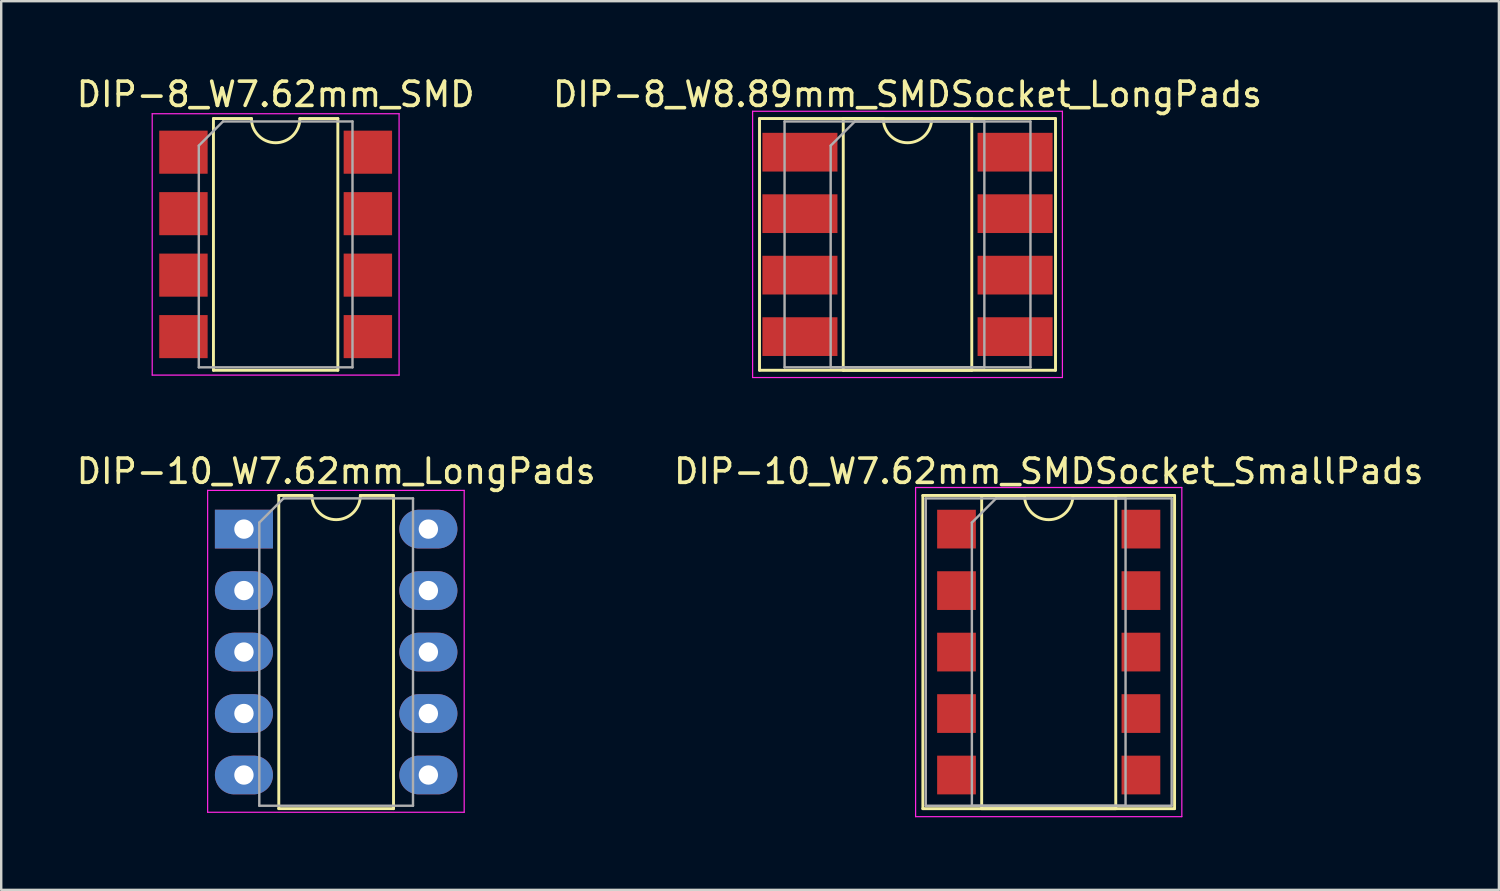
<source format=kicad_pcb>
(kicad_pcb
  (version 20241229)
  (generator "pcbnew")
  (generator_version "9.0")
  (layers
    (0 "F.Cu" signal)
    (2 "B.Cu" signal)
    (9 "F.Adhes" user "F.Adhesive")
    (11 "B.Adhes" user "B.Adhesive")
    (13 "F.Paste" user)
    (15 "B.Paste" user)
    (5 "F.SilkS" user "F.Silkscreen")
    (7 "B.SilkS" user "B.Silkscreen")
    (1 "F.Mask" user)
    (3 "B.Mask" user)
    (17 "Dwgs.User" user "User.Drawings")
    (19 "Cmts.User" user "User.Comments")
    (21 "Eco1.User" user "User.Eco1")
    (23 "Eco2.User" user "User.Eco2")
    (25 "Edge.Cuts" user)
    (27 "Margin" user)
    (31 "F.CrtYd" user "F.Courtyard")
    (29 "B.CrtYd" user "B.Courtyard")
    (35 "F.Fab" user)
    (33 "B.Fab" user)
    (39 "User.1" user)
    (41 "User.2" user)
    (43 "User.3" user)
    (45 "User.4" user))
  (footprint "DIP-8_W7.62mm_SMD"
    (layer "F.Cu")
    (at 8.339 7.048)
    (property "Reference" "DIP-8_W7.62mm_SMD" (at 0 -6.2 0) (layer "F.SilkS") (effects (font (size 1 1) (thickness 0.15))))
    (attr smd)
    (fp_line (start -2.57 -5.2) (end -2.57 5.2) (stroke (width 0.12) (type solid)) (layer "F.SilkS"))
    (fp_line (start -2.57 5.2) (end 2.57 5.2) (stroke (width 0.12) (type solid)) (layer "F.SilkS"))
    (fp_line (start -1 -5.2) (end -2.57 -5.2) (stroke (width 0.12) (type solid)) (layer "F.SilkS"))
    (fp_line (start 2.57 -5.2) (end 1 -5.2) (stroke (width 0.12) (type solid)) (layer "F.SilkS"))
    (fp_line (start 2.57 5.2) (end 2.57 -5.2) (stroke (width 0.12) (type solid)) (layer "F.SilkS"))
    (fp_arc (start 1 -5.2) (mid 0 -4.2) (end -1 -5.2) (stroke (width 0.12) (type solid)) (layer "F.SilkS"))
    (fp_line (start -5.1 -5.4) (end -5.1 5.4) (stroke (width 0.05) (type solid)) (layer "F.CrtYd"))
    (fp_line (start -5.1 5.4) (end 5.1 5.4) (stroke (width 0.05) (type solid)) (layer "F.CrtYd"))
    (fp_line (start 5.1 -5.4) (end -5.1 -5.4) (stroke (width 0.05) (type solid)) (layer "F.CrtYd"))
    (fp_line (start 5.1 5.4) (end 5.1 -5.4) (stroke (width 0.05) (type solid)) (layer "F.CrtYd"))
    (fp_line (start -3.175 -4.08) (end -2.175 -5.08) (stroke (width 0.1) (type solid)) (layer "F.Fab"))
    (fp_line (start -3.175 5.08) (end -3.175 -4.08) (stroke (width 0.1) (type solid)) (layer "F.Fab"))
    (fp_line (start -2.175 -5.08) (end 3.175 -5.08) (stroke (width 0.1) (type solid)) (layer "F.Fab"))
    (fp_line (start 3.175 -5.08) (end 3.175 5.08) (stroke (width 0.1) (type solid)) (layer "F.Fab"))
    (fp_line (start 3.175 5.08) (end -3.175 5.08) (stroke (width 0.1) (type solid)) (layer "F.Fab"))
    (pad "1" smd rect (at -3.81 -3.81) (size 2 1.78) (layers "F.Cu" "F.Mask"))
    (pad "2" smd rect (at -3.81 -1.27) (size 2 1.78) (layers "F.Cu" "F.Mask"))
    (pad "3" smd rect (at -3.81 1.27) (size 2 1.78) (layers "F.Cu" "F.Mask"))
    (pad "4" smd rect (at -3.81 3.81) (size 2 1.78) (layers "F.Cu" "F.Mask"))
    (pad "5" smd rect (at 3.81 3.81) (size 2 1.78) (layers "F.Cu" "F.Mask"))
    (pad "6" smd rect (at 3.81 1.27) (size 2 1.78) (layers "F.Cu" "F.Mask"))
    (pad "7" smd rect (at 3.81 -1.27) (size 2 1.78) (layers "F.Cu" "F.Mask"))
    (pad "8" smd rect (at 3.81 -3.81) (size 2 1.78) (layers "F.Cu" "F.Mask")))
  (footprint "DIP-10_W7.62mm_LongPads"
    (layer "F.Cu")
    (at 7.029 18.811)
    (property "Reference" "DIP-10_W7.62mm_LongPads" (at 3.81 -2.39 0) (layer "F.SilkS") (effects (font (size 1 1) (thickness 0.15))))
    (attr through_hole)
    (fp_line (start 1.44 -1.39) (end 1.44 11.55) (stroke (width 0.12) (type solid)) (layer "F.SilkS"))
    (fp_line (start 1.44 11.55) (end 6.18 11.55) (stroke (width 0.12) (type solid)) (layer "F.SilkS"))
    (fp_line (start 2.81 -1.39) (end 1.44 -1.39) (stroke (width 0.12) (type solid)) (layer "F.SilkS"))
    (fp_line (start 6.18 -1.39) (end 4.81 -1.39) (stroke (width 0.12) (type solid)) (layer "F.SilkS"))
    (fp_line (start 6.18 11.55) (end 6.18 -1.39) (stroke (width 0.12) (type solid)) (layer "F.SilkS"))
    (fp_arc (start 4.81 -1.39) (mid 3.81 -0.39) (end 2.81 -1.39) (stroke (width 0.12) (type solid)) (layer "F.SilkS"))
    (fp_line (start -1.5 -1.6) (end -1.5 11.7) (stroke (width 0.05) (type solid)) (layer "F.CrtYd"))
    (fp_line (start -1.5 11.7) (end 9.1 11.7) (stroke (width 0.05) (type solid)) (layer "F.CrtYd"))
    (fp_line (start 9.1 -1.6) (end -1.5 -1.6) (stroke (width 0.05) (type solid)) (layer "F.CrtYd"))
    (fp_line (start 9.1 11.7) (end 9.1 -1.6) (stroke (width 0.05) (type solid)) (layer "F.CrtYd"))
    (fp_line (start 0.635 -0.27) (end 1.635 -1.27) (stroke (width 0.1) (type solid)) (layer "F.Fab"))
    (fp_line (start 0.635 11.43) (end 0.635 -0.27) (stroke (width 0.1) (type solid)) (layer "F.Fab"))
    (fp_line (start 1.635 -1.27) (end 6.985 -1.27) (stroke (width 0.1) (type solid)) (layer "F.Fab"))
    (fp_line (start 6.985 -1.27) (end 6.985 11.43) (stroke (width 0.1) (type solid)) (layer "F.Fab"))
    (fp_line (start 6.985 11.43) (end 0.635 11.43) (stroke (width 0.1) (type solid)) (layer "F.Fab"))
    (pad "1" thru_hole rect (at 0 0) (size 2.4 1.6) (drill 0.8) (layers "*.Cu" "*.Mask"))
    (pad "2" thru_hole oval (at 0 2.54) (size 2.4 1.6) (drill 0.8) (layers "*.Cu" "*.Mask"))
    (pad "3" thru_hole oval (at 0 5.08) (size 2.4 1.6) (drill 0.8) (layers "*.Cu" "*.Mask"))
    (pad "4" thru_hole oval (at 0 7.62) (size 2.4 1.6) (drill 0.8) (layers "*.Cu" "*.Mask"))
    (pad "5" thru_hole oval (at 0 10.16) (size 2.4 1.6) (drill 0.8) (layers "*.Cu" "*.Mask"))
    (pad "6" thru_hole oval (at 7.62 10.16) (size 2.4 1.6) (drill 0.8) (layers "*.Cu" "*.Mask"))
    (pad "7" thru_hole oval (at 7.62 7.62) (size 2.4 1.6) (drill 0.8) (layers "*.Cu" "*.Mask"))
    (pad "8" thru_hole oval (at 7.62 5.08) (size 2.4 1.6) (drill 0.8) (layers "*.Cu" "*.Mask"))
    (pad "9" thru_hole oval (at 7.62 2.54) (size 2.4 1.6) (drill 0.8) (layers "*.Cu" "*.Mask"))
    (pad "10" thru_hole oval (at 7.62 0) (size 2.4 1.6) (drill 0.8) (layers "*.Cu" "*.Mask")))
  (footprint "DIP-10_W7.62mm_SMDSocket_SmallPads"
    (layer "F.Cu")
    (at 40.28 23.892)
    (property "Reference" "DIP-10_W7.62mm_SMDSocket_SmallPads" (at 0 -7.47 0) (layer "F.SilkS") (effects (font (size 1 1) (thickness 0.15))))
    (attr smd)
    (fp_line (start -5.2 -6.47) (end -5.2 6.47) (stroke (width 0.12) (type solid)) (layer "F.SilkS"))
    (fp_line (start -5.2 6.47) (end 5.2 6.47) (stroke (width 0.12) (type solid)) (layer "F.SilkS"))
    (fp_line (start -2.77 -6.47) (end -2.77 6.47) (stroke (width 0.12) (type solid)) (layer "F.SilkS"))
    (fp_line (start -2.77 6.47) (end 2.77 6.47) (stroke (width 0.12) (type solid)) (layer "F.SilkS"))
    (fp_line (start -1 -6.47) (end -2.77 -6.47) (stroke (width 0.12) (type solid)) (layer "F.SilkS"))
    (fp_line (start 2.77 -6.47) (end 1 -6.47) (stroke (width 0.12) (type solid)) (layer "F.SilkS"))
    (fp_line (start 2.77 6.47) (end 2.77 -6.47) (stroke (width 0.12) (type solid)) (layer "F.SilkS"))
    (fp_line (start 5.2 -6.47) (end -5.2 -6.47) (stroke (width 0.12) (type solid)) (layer "F.SilkS"))
    (fp_line (start 5.2 6.47) (end 5.2 -6.47) (stroke (width 0.12) (type solid)) (layer "F.SilkS"))
    (fp_arc (start 1 -6.47) (mid 0 -5.47) (end -1 -6.47) (stroke (width 0.12) (type solid)) (layer "F.SilkS"))
    (fp_line (start -5.5 -6.8) (end -5.5 6.8) (stroke (width 0.05) (type solid)) (layer "F.CrtYd"))
    (fp_line (start -5.5 6.8) (end 5.5 6.8) (stroke (width 0.05) (type solid)) (layer "F.CrtYd"))
    (fp_line (start 5.5 -6.8) (end -5.5 -6.8) (stroke (width 0.05) (type solid)) (layer "F.CrtYd"))
    (fp_line (start 5.5 6.8) (end 5.5 -6.8) (stroke (width 0.05) (type solid)) (layer "F.CrtYd"))
    (fp_line (start -5.08 -6.35) (end -5.08 6.35) (stroke (width 0.1) (type solid)) (layer "F.Fab"))
    (fp_line (start -5.08 6.35) (end 5.08 6.35) (stroke (width 0.1) (type solid)) (layer "F.Fab"))
    (fp_line (start -3.175 -5.35) (end -2.175 -6.35) (stroke (width 0.1) (type solid)) (layer "F.Fab"))
    (fp_line (start -3.175 6.35) (end -3.175 -5.35) (stroke (width 0.1) (type solid)) (layer "F.Fab"))
    (fp_line (start -2.175 -6.35) (end 3.175 -6.35) (stroke (width 0.1) (type solid)) (layer "F.Fab"))
    (fp_line (start 3.175 -6.35) (end 3.175 6.35) (stroke (width 0.1) (type solid)) (layer "F.Fab"))
    (fp_line (start 3.175 6.35) (end -3.175 6.35) (stroke (width 0.1) (type solid)) (layer "F.Fab"))
    (fp_line (start 5.08 -6.35) (end -5.08 -6.35) (stroke (width 0.1) (type solid)) (layer "F.Fab"))
    (fp_line (start 5.08 6.35) (end 5.08 -6.35) (stroke (width 0.1) (type solid)) (layer "F.Fab"))
    (pad "1" smd rect (at -3.81 -5.08) (size 1.6 1.6) (layers "F.Cu" "F.Mask"))
    (pad "2" smd rect (at -3.81 -2.54) (size 1.6 1.6) (layers "F.Cu" "F.Mask"))
    (pad "3" smd rect (at -3.81 0) (size 1.6 1.6) (layers "F.Cu" "F.Mask"))
    (pad "4" smd rect (at -3.81 2.54) (size 1.6 1.6) (layers "F.Cu" "F.Mask"))
    (pad "5" smd rect (at -3.81 5.08) (size 1.6 1.6) (layers "F.Cu" "F.Mask"))
    (pad "6" smd rect (at 3.81 5.08) (size 1.6 1.6) (layers "F.Cu" "F.Mask"))
    (pad "7" smd rect (at 3.81 2.54) (size 1.6 1.6) (layers "F.Cu" "F.Mask"))
    (pad "8" smd rect (at 3.81 0) (size 1.6 1.6) (layers "F.Cu" "F.Mask"))
    (pad "9" smd rect (at 3.81 -2.54) (size 1.6 1.6) (layers "F.Cu" "F.Mask"))
    (pad "10" smd rect (at 3.81 -5.08) (size 1.6 1.6) (layers "F.Cu" "F.Mask")))
  (footprint "DIP-8_W8.89mm_SMDSocket_LongPads"
    (layer "F.Cu")
    (at 34.446 7.048)
    (property "Reference" "DIP-8_W8.89mm_SMDSocket_LongPads" (at 0 -6.2 0) (layer "F.SilkS") (effects (font (size 1 1) (thickness 0.15))))
    (attr smd)
    (fp_line (start -6.115 -5.2) (end -6.115 5.2) (stroke (width 0.12) (type solid)) (layer "F.SilkS"))
    (fp_line (start -6.115 5.2) (end 6.115 5.2) (stroke (width 0.12) (type solid)) (layer "F.SilkS"))
    (fp_line (start -2.655 -5.2) (end -2.655 5.2) (stroke (width 0.12) (type solid)) (layer "F.SilkS"))
    (fp_line (start -2.655 5.2) (end 2.655 5.2) (stroke (width 0.12) (type solid)) (layer "F.SilkS"))
    (fp_line (start -1 -5.2) (end -2.655 -5.2) (stroke (width 0.12) (type solid)) (layer "F.SilkS"))
    (fp_line (start 2.655 -5.2) (end 1 -5.2) (stroke (width 0.12) (type solid)) (layer "F.SilkS"))
    (fp_line (start 2.655 5.2) (end 2.655 -5.2) (stroke (width 0.12) (type solid)) (layer "F.SilkS"))
    (fp_line (start 6.115 -5.2) (end -6.115 -5.2) (stroke (width 0.12) (type solid)) (layer "F.SilkS"))
    (fp_line (start 6.115 5.2) (end 6.115 -5.2) (stroke (width 0.12) (type solid)) (layer "F.SilkS"))
    (fp_arc (start 1 -5.2) (mid 0 -4.2) (end -1 -5.2) (stroke (width 0.12) (type solid)) (layer "F.SilkS"))
    (fp_line (start -6.4 -5.5) (end -6.4 5.5) (stroke (width 0.05) (type solid)) (layer "F.CrtYd"))
    (fp_line (start -6.4 5.5) (end 6.4 5.5) (stroke (width 0.05) (type solid)) (layer "F.CrtYd"))
    (fp_line (start 6.4 -5.5) (end -6.4 -5.5) (stroke (width 0.05) (type solid)) (layer "F.CrtYd"))
    (fp_line (start 6.4 5.5) (end 6.4 -5.5) (stroke (width 0.05) (type solid)) (layer "F.CrtYd"))
    (fp_line (start -5.08 -5.08) (end -5.08 5.08) (stroke (width 0.1) (type solid)) (layer "F.Fab"))
    (fp_line (start -5.08 5.08) (end 5.08 5.08) (stroke (width 0.1) (type solid)) (layer "F.Fab"))
    (fp_line (start -3.175 -4.08) (end -2.175 -5.08) (stroke (width 0.1) (type solid)) (layer "F.Fab"))
    (fp_line (start -3.175 5.08) (end -3.175 -4.08) (stroke (width 0.1) (type solid)) (layer "F.Fab"))
    (fp_line (start -2.175 -5.08) (end 3.175 -5.08) (stroke (width 0.1) (type solid)) (layer "F.Fab"))
    (fp_line (start 3.175 -5.08) (end 3.175 5.08) (stroke (width 0.1) (type solid)) (layer "F.Fab"))
    (fp_line (start 3.175 5.08) (end -3.175 5.08) (stroke (width 0.1) (type solid)) (layer "F.Fab"))
    (fp_line (start 5.08 -5.08) (end -5.08 -5.08) (stroke (width 0.1) (type solid)) (layer "F.Fab"))
    (fp_line (start 5.08 5.08) (end 5.08 -5.08) (stroke (width 0.1) (type solid)) (layer "F.Fab"))
    (pad "1" smd rect (at -4.445 -3.81) (size 3.1 1.6) (layers "F.Cu" "F.Mask"))
    (pad "2" smd rect (at -4.445 -1.27) (size 3.1 1.6) (layers "F.Cu" "F.Mask"))
    (pad "3" smd rect (at -4.445 1.27) (size 3.1 1.6) (layers "F.Cu" "F.Mask"))
    (pad "4" smd rect (at -4.445 3.81) (size 3.1 1.6) (layers "F.Cu" "F.Mask"))
    (pad "5" smd rect (at 4.445 3.81) (size 3.1 1.6) (layers "F.Cu" "F.Mask"))
    (pad "6" smd rect (at 4.445 1.27) (size 3.1 1.6) (layers "F.Cu" "F.Mask"))
    (pad "7" smd rect (at 4.445 -1.27) (size 3.1 1.6) (layers "F.Cu" "F.Mask"))
    (pad "8" smd rect (at 4.445 -3.81) (size 3.1 1.6) (layers "F.Cu" "F.Mask")))
  (gr_rect
    (start -3 -3)
    (end 58.881 33.717)
    (stroke (width 0.1) (type default))
    (fill no)
    (layer "Edge.Cuts")))
</source>
